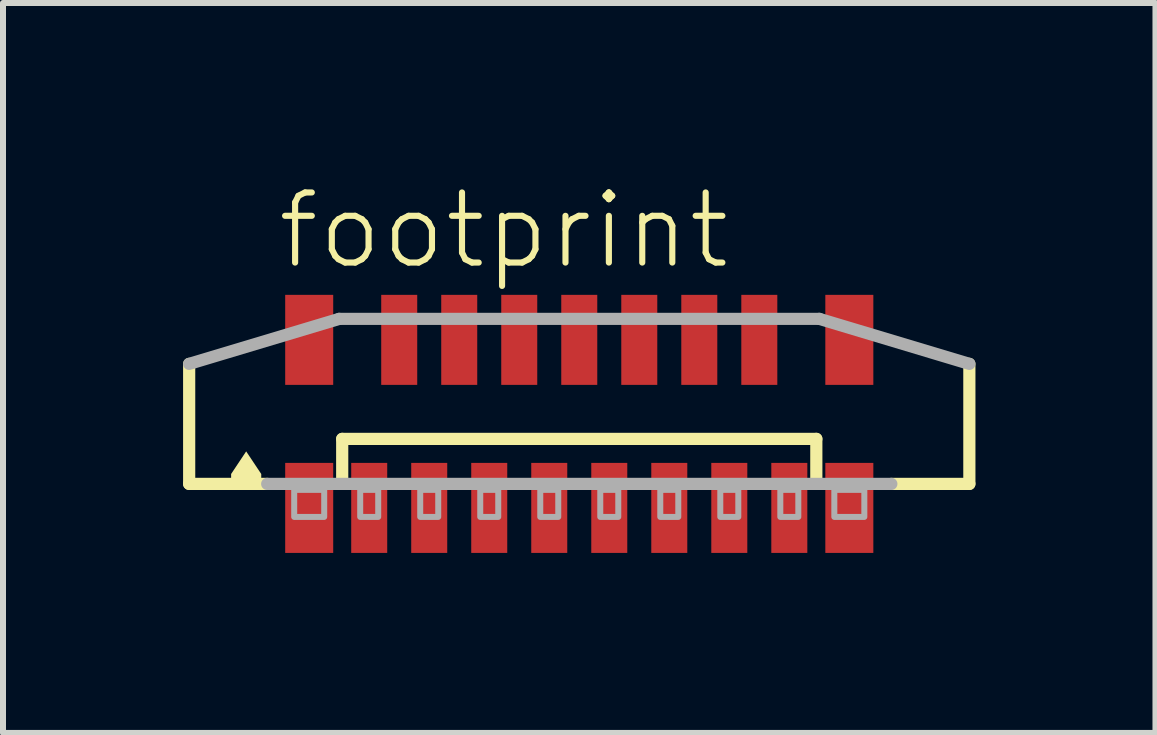
<source format=kicad_pcb>
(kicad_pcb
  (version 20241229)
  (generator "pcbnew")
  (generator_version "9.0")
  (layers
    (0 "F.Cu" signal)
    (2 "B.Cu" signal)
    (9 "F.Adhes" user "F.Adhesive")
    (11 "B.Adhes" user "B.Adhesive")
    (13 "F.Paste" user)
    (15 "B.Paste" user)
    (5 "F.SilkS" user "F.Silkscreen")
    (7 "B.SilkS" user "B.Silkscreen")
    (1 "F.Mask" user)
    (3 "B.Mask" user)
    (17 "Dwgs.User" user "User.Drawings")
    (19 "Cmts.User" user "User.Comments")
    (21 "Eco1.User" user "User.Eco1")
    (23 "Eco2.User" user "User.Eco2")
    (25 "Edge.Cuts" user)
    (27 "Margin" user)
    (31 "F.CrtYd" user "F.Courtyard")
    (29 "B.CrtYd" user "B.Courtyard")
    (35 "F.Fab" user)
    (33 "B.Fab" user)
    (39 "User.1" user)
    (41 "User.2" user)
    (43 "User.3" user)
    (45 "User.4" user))
  (footprint "footprint"
    (layer "F.Cu")
    (at 6.602 4.013)
    (property "Reference" "footprint" (at -5.08 -2.54 0) (layer "F.SilkS") (effects (font (size 1.168 1.168) (thickness 0.102)) (justify left bottom)))
    (fp_line (start -6.5 1) (end -6.5 -1) (stroke (width 0.203) (type solid)) (layer "F.SilkS"))
    (fp_line (start -5.2 1) (end -6.5 1) (stroke (width 0.203) (type solid)) (layer "F.SilkS"))
    (fp_line (start -3.95 0.25) (end 3.95 0.25) (stroke (width 0.203) (type solid)) (layer "F.SilkS"))
    (fp_line (start -3.95 1) (end -3.95 0.25) (stroke (width 0.203) (type solid)) (layer "F.SilkS"))
    (fp_line (start 3.95 0.25) (end 3.95 1) (stroke (width 0.203) (type solid)) (layer "F.SilkS"))
    (fp_line (start 6.5 -1) (end 6.5 1) (stroke (width 0.203) (type solid)) (layer "F.SilkS"))
    (fp_line (start 6.5 1) (end 5.2 1) (stroke (width 0.203) (type solid)) (layer "F.SilkS"))
    (fp_poly (pts (xy -5.299 0.835) (xy -5.299 1.001) (xy -5.801 1.001) (xy -5.801 0.835) (xy -5.55 0.458)) (stroke (width 0) (type solid)) (fill yes) (layer "F.SilkS"))
    (fp_line (start -6.5 -1) (end -4 -1.75) (stroke (width 0.203) (type solid)) (layer "F.Fab"))
    (fp_line (start -4 -1.75) (end 4 -1.75) (stroke (width 0.203) (type solid)) (layer "F.Fab"))
    (fp_line (start 4 -1.75) (end 6.5 -1) (stroke (width 0.203) (type solid)) (layer "F.Fab"))
    (fp_line (start 5.2 1) (end -5.2 1) (stroke (width 0.203) (type solid)) (layer "F.Fab"))
    (fp_poly (pts (xy -4.75 1.55) (xy -4.25 1.55) (xy -4.25 1.1) (xy -4.75 1.1)) (stroke (width 0.1) (type solid)) (fill no) (layer "F.Fab"))
    (fp_poly (pts (xy -3.65 1.55) (xy -3.35 1.55) (xy -3.35 1.1) (xy -3.65 1.1)) (stroke (width 0.1) (type solid)) (fill no) (layer "F.Fab"))
    (fp_poly (pts (xy -2.65 1.55) (xy -2.35 1.55) (xy -2.35 1.1) (xy -2.65 1.1)) (stroke (width 0.1) (type solid)) (fill no) (layer "F.Fab"))
    (fp_poly (pts (xy -1.65 1.55) (xy -1.35 1.55) (xy -1.35 1.1) (xy -1.65 1.1)) (stroke (width 0.1) (type solid)) (fill no) (layer "F.Fab"))
    (fp_poly (pts (xy -0.65 1.55) (xy -0.35 1.55) (xy -0.35 1.1) (xy -0.65 1.1)) (stroke (width 0.1) (type solid)) (fill no) (layer "F.Fab"))
    (fp_poly (pts (xy 0.35 1.55) (xy 0.65 1.55) (xy 0.65 1.1) (xy 0.35 1.1)) (stroke (width 0.1) (type solid)) (fill no) (layer "F.Fab"))
    (fp_poly (pts (xy 1.35 1.55) (xy 1.65 1.55) (xy 1.65 1.1) (xy 1.35 1.1)) (stroke (width 0.1) (type solid)) (fill no) (layer "F.Fab"))
    (fp_poly (pts (xy 2.35 1.55) (xy 2.65 1.55) (xy 2.65 1.1) (xy 2.35 1.1)) (stroke (width 0.1) (type solid)) (fill no) (layer "F.Fab"))
    (fp_poly (pts (xy 3.35 1.55) (xy 3.65 1.55) (xy 3.65 1.1) (xy 3.35 1.1)) (stroke (width 0.1) (type solid)) (fill no) (layer "F.Fab"))
    (fp_poly (pts (xy 4.25 1.55) (xy 4.75 1.55) (xy 4.75 1.1) (xy 4.25 1.1)) (stroke (width 0.1) (type solid)) (fill no) (layer "F.Fab"))
    (pad "1" smd rect (at -3.5 1.4) (size 0.6 1.5) (layers "F.Cu" "F.Mask" "F.Paste"))
    (pad "2" smd rect (at -3 -1.4 180) (size 0.6 1.5) (layers "F.Cu" "F.Mask" "F.Paste"))
    (pad "3" smd rect (at -2.5 1.4) (size 0.6 1.5) (layers "F.Cu" "F.Mask" "F.Paste"))
    (pad "4" smd rect (at -2 -1.4 180) (size 0.6 1.5) (layers "F.Cu" "F.Mask" "F.Paste"))
    (pad "5" smd rect (at -1.5 1.4) (size 0.6 1.5) (layers "F.Cu" "F.Mask" "F.Paste"))
    (pad "6" smd rect (at -1 -1.4 180) (size 0.6 1.5) (layers "F.Cu" "F.Mask" "F.Paste"))
    (pad "7" smd rect (at -0.5 1.4) (size 0.6 1.5) (layers "F.Cu" "F.Mask" "F.Paste"))
    (pad "8" smd rect (at 0 -1.4 180) (size 0.6 1.5) (layers "F.Cu" "F.Mask" "F.Paste"))
    (pad "9" smd rect (at 0.5 1.4) (size 0.6 1.5) (layers "F.Cu" "F.Mask" "F.Paste"))
    (pad "10" smd rect (at 1 -1.4 180) (size 0.6 1.5) (layers "F.Cu" "F.Mask" "F.Paste"))
    (pad "11" smd rect (at 1.5 1.4) (size 0.6 1.5) (layers "F.Cu" "F.Mask" "F.Paste"))
    (pad "12" smd rect (at 2 -1.4 180) (size 0.6 1.5) (layers "F.Cu" "F.Mask" "F.Paste"))
    (pad "13" smd rect (at 2.5 1.4) (size 0.6 1.5) (layers "F.Cu" "F.Mask" "F.Paste"))
    (pad "14" smd rect (at 3 -1.4 180) (size 0.6 1.5) (layers "F.Cu" "F.Mask" "F.Paste"))
    (pad "15" smd rect (at 3.5 1.4) (size 0.6 1.5) (layers "F.Cu" "F.Mask" "F.Paste"))
    (pad "M1" smd rect (at -4.5 1.4) (size 0.8 1.5) (layers "F.Cu" "F.Mask" "F.Paste"))
    (pad "M2" smd rect (at 4.5 1.4) (size 0.8 1.5) (layers "F.Cu" "F.Mask" "F.Paste"))
    (pad "M3" smd rect (at 4.5 -1.4 180) (size 0.8 1.5) (layers "F.Cu" "F.Mask" "F.Paste"))
    (pad "M4" smd rect (at -4.5 -1.4 180) (size 0.8 1.5) (layers "F.Cu" "F.Mask" "F.Paste")))
  (gr_rect
    (start -3 -3)
    (end 16.203 9.163)
    (stroke (width 0.1) (type default))
    (fill no)
    (layer "Edge.Cuts")))
</source>
